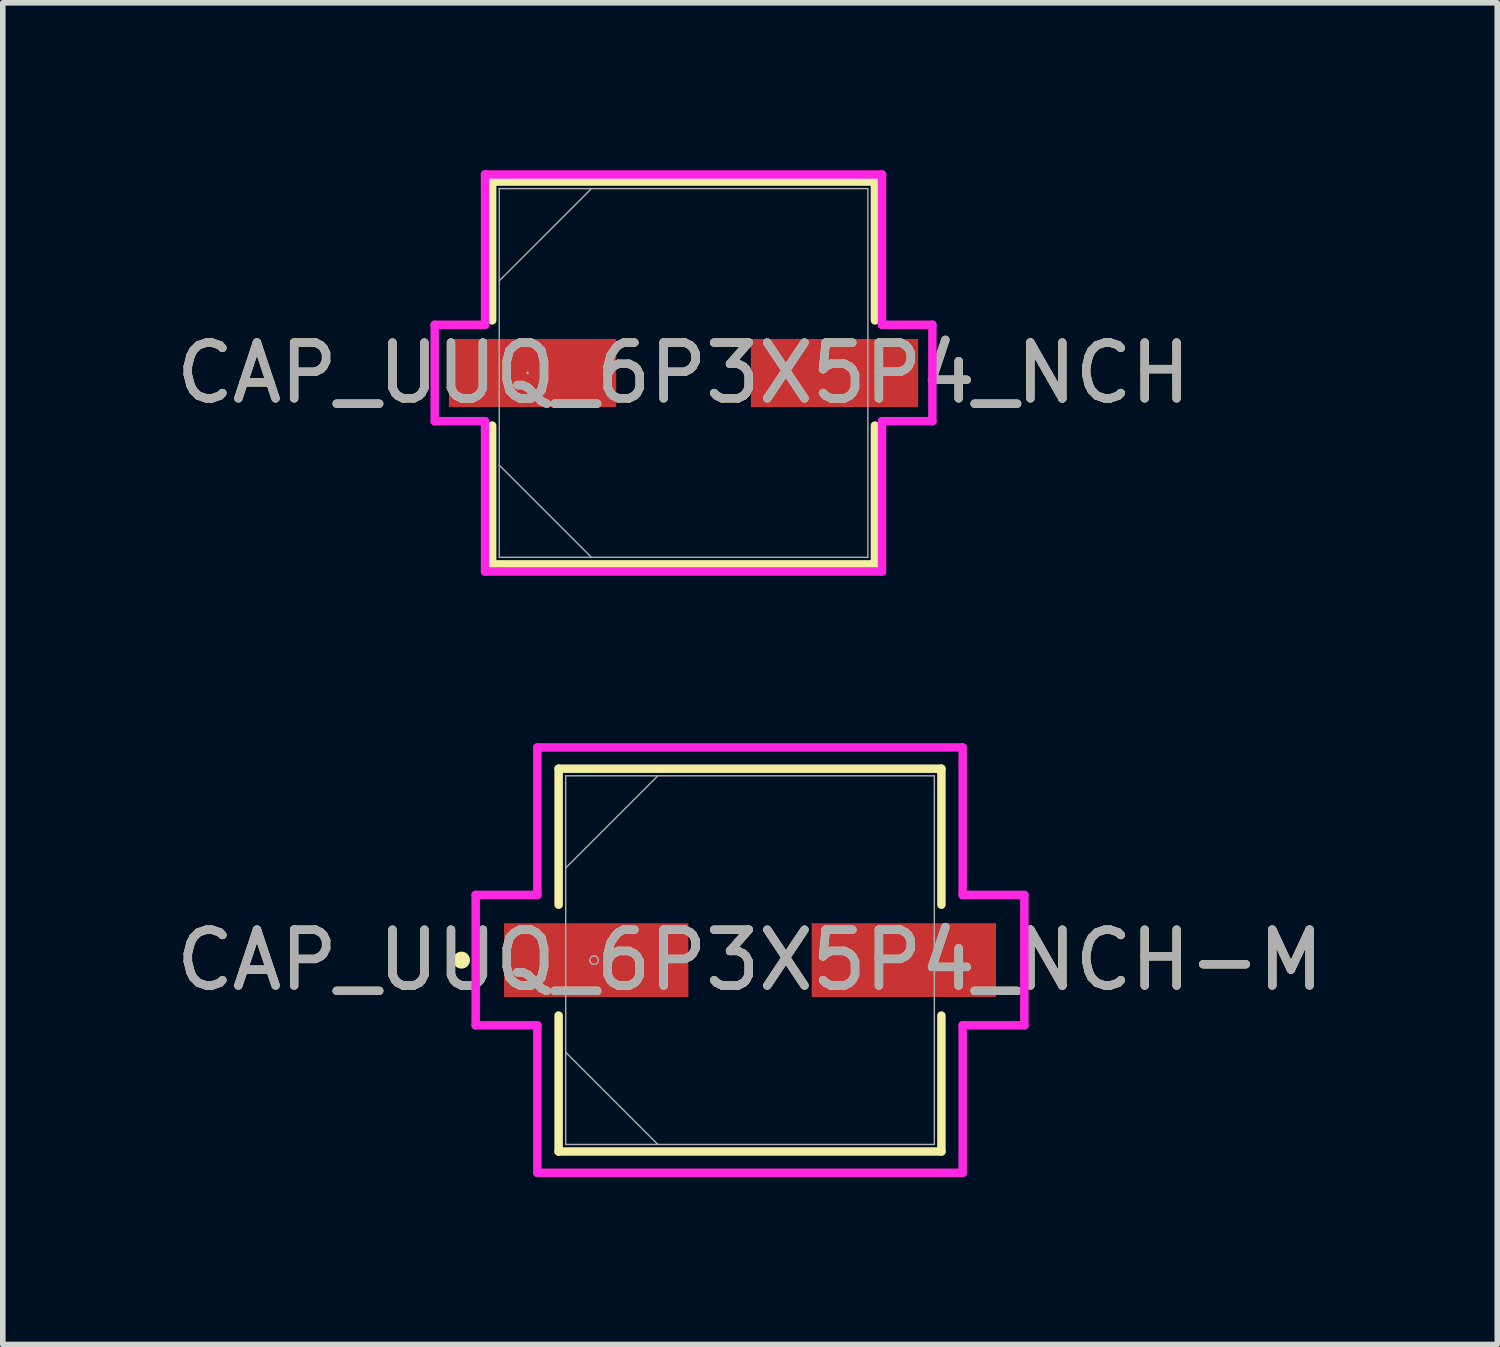
<source format=kicad_pcb>
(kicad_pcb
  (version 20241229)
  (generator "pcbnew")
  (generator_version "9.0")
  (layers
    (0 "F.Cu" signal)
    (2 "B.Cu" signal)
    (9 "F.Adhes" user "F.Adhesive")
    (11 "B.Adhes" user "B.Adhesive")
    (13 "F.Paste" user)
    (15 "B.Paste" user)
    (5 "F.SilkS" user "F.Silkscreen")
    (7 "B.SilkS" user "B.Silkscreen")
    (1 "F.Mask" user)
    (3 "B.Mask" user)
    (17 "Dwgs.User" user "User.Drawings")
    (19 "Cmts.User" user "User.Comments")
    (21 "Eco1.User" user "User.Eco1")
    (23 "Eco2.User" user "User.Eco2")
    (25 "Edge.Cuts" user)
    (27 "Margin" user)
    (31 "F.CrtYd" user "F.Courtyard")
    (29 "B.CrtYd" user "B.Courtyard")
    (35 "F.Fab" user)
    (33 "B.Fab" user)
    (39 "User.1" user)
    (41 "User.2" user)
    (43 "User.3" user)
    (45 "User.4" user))
  (footprint "CAP_UUQ_6P3X5P4_NCH"
    (layer "F.Cu")
    (at 9.196 3.632)
    (property "Reference" "CAP_UUQ_6P3X5P4_NCH" (at 0 0 0) (unlocked yes) (layer "F.SilkS") (effects (font (size 1 1) (thickness 0.15))))
    (attr smd)
    (fp_line (start -3.429 -3.429) (end -3.429 -0.942) (stroke (width 0.152) (type solid)) (layer "F.SilkS"))
    (fp_line (start -3.429 0.942) (end -3.429 3.429) (stroke (width 0.152) (type solid)) (layer "F.SilkS"))
    (fp_line (start -3.429 3.429) (end 3.429 3.429) (stroke (width 0.152) (type solid)) (layer "F.SilkS"))
    (fp_line (start 3.429 -3.429) (end -3.429 -3.429) (stroke (width 0.152) (type solid)) (layer "F.SilkS"))
    (fp_line (start 3.429 -0.942) (end 3.429 -3.429) (stroke (width 0.152) (type solid)) (layer "F.SilkS"))
    (fp_line (start 3.429 3.429) (end 3.429 0.942) (stroke (width 0.152) (type solid)) (layer "F.SilkS"))
    (fp_line (start -4.458 -0.864) (end -3.556 -0.864) (stroke (width 0.152) (type solid)) (layer "F.CrtYd"))
    (fp_line (start -4.458 0.864) (end -4.458 -0.864) (stroke (width 0.152) (type solid)) (layer "F.CrtYd"))
    (fp_line (start -3.556 -3.556) (end 3.556 -3.556) (stroke (width 0.152) (type solid)) (layer "F.CrtYd"))
    (fp_line (start -3.556 -0.864) (end -3.556 -3.556) (stroke (width 0.152) (type solid)) (layer "F.CrtYd"))
    (fp_line (start -3.556 0.864) (end -4.458 0.864) (stroke (width 0.152) (type solid)) (layer "F.CrtYd"))
    (fp_line (start -3.556 3.556) (end -3.556 0.864) (stroke (width 0.152) (type solid)) (layer "F.CrtYd"))
    (fp_line (start 3.556 -3.556) (end 3.556 -0.864) (stroke (width 0.152) (type solid)) (layer "F.CrtYd"))
    (fp_line (start 3.556 -0.864) (end 4.458 -0.864) (stroke (width 0.152) (type solid)) (layer "F.CrtYd"))
    (fp_line (start 3.556 0.864) (end 3.556 3.556) (stroke (width 0.152) (type solid)) (layer "F.CrtYd"))
    (fp_line (start 3.556 3.556) (end -3.556 3.556) (stroke (width 0.152) (type solid)) (layer "F.CrtYd"))
    (fp_line (start 4.458 -0.864) (end 4.458 0.864) (stroke (width 0.152) (type solid)) (layer "F.CrtYd"))
    (fp_line (start 4.458 0.864) (end 3.556 0.864) (stroke (width 0.152) (type solid)) (layer "F.CrtYd"))
    (fp_line (start -3.302 -3.302) (end -3.302 3.302) (stroke (width 0.025) (type solid)) (layer "F.Fab"))
    (fp_line (start -3.302 -1.651) (end -1.651 -3.302) (stroke (width 0.025) (type solid)) (layer "F.Fab"))
    (fp_line (start -3.302 1.651) (end -1.651 3.302) (stroke (width 0.025) (type solid)) (layer "F.Fab"))
    (fp_line (start -3.302 3.302) (end 3.302 3.302) (stroke (width 0.025) (type solid)) (layer "F.Fab"))
    (fp_line (start 3.302 -3.302) (end -3.302 -3.302) (stroke (width 0.025) (type solid)) (layer "F.Fab"))
    (fp_line (start 3.302 3.302) (end 3.302 -3.302) (stroke (width 0.025) (type solid)) (layer "F.Fab"))
    (fp_circle (center -2.794 0) (end -2.794 0) (stroke (width 0.025) (type solid)) (fill no) (layer "F.Fab"))
    (fp_text user "${REFERENCE}" (at 0 0 0) (unlocked yes) (layer "F.Fab") (effects (font (size 1 1) (thickness 0.15))))
    (pad "1" smd rect (at -2.705 0) (size 2.997 1.219) (layers "F.Cu" "F.Mask" "F.Paste"))
    (pad "2" smd rect (at 2.705 0) (size 2.997 1.219) (layers "F.Cu" "F.Mask" "F.Paste"))
    (zone (net_name "") (layer "F.Cu") (hatch full 0.508) (connect_pads) (min_thickness 0.254) (filled_areas_thickness no) (keepout (tracks not_allowed) (vias not_allowed) (pads allowed) (copperpour not_allowed) (footprints allowed)) (placement (enabled no)) (fill) (polygon (pts (xy 5.945 0.381) (xy 12.448 0.381) (xy 12.448 2.972) (xy 5.945 2.972))))
    (zone (net_name "") (layer "F.Cu") (hatch full 0.508) (connect_pads) (min_thickness 0.254) (filled_areas_thickness no) (keepout (tracks not_allowed) (vias not_allowed) (pads allowed) (copperpour not_allowed) (footprints allowed)) (placement (enabled no)) (fill) (polygon (pts (xy 5.945 4.293) (xy 12.448 4.293) (xy 12.448 6.883) (xy 5.945 6.883))))
    (zone (net_name "") (layer "F.Cu") (hatch full 0.508) (connect_pads) (min_thickness 0.254) (filled_areas_thickness no) (keepout (tracks not_allowed) (vias not_allowed) (pads allowed) (copperpour not_allowed) (footprints allowed)) (placement (enabled no)) (fill) (polygon (pts (xy 8.041 2.972) (xy 10.352 2.972) (xy 10.352 4.293) (xy 8.041 4.293)))))
  (footprint "CAP_UUQ_6P3X5P4_NCH-M"
    (layer "F.Cu")
    (at 10.387 14.151)
    (property "Reference" "CAP_UUQ_6P3X5P4_NCH-M" (at 0 0 0) (unlocked yes) (layer "F.SilkS") (effects (font (size 1 1) (thickness 0.15))))
    (attr smd)
    (fp_line (start -3.429 -3.429) (end -3.429 -0.993) (stroke (width 0.152) (type solid)) (layer "F.SilkS"))
    (fp_line (start -3.429 0.993) (end -3.429 3.429) (stroke (width 0.152) (type solid)) (layer "F.SilkS"))
    (fp_line (start -3.429 3.429) (end 3.429 3.429) (stroke (width 0.152) (type solid)) (layer "F.SilkS"))
    (fp_line (start 3.429 -3.429) (end -3.429 -3.429) (stroke (width 0.152) (type solid)) (layer "F.SilkS"))
    (fp_line (start 3.429 -0.993) (end 3.429 -3.429) (stroke (width 0.152) (type solid)) (layer "F.SilkS"))
    (fp_line (start 3.429 3.429) (end 3.429 0.993) (stroke (width 0.152) (type solid)) (layer "F.SilkS"))
    (fp_circle (center -5.169 0) (end -5.093 0) (stroke (width 0.152) (type solid)) (fill no) (layer "F.SilkS"))
    (fp_line (start -4.915 -1.168) (end -3.81 -1.168) (stroke (width 0.152) (type solid)) (layer "F.CrtYd"))
    (fp_line (start -4.915 1.168) (end -4.915 -1.168) (stroke (width 0.152) (type solid)) (layer "F.CrtYd"))
    (fp_line (start -3.81 -3.81) (end 3.81 -3.81) (stroke (width 0.152) (type solid)) (layer "F.CrtYd"))
    (fp_line (start -3.81 -1.168) (end -3.81 -3.81) (stroke (width 0.152) (type solid)) (layer "F.CrtYd"))
    (fp_line (start -3.81 1.168) (end -4.915 1.168) (stroke (width 0.152) (type solid)) (layer "F.CrtYd"))
    (fp_line (start -3.81 3.81) (end -3.81 1.168) (stroke (width 0.152) (type solid)) (layer "F.CrtYd"))
    (fp_line (start 3.81 -3.81) (end 3.81 -1.168) (stroke (width 0.152) (type solid)) (layer "F.CrtYd"))
    (fp_line (start 3.81 -1.168) (end 4.915 -1.168) (stroke (width 0.152) (type solid)) (layer "F.CrtYd"))
    (fp_line (start 3.81 1.168) (end 3.81 3.81) (stroke (width 0.152) (type solid)) (layer "F.CrtYd"))
    (fp_line (start 3.81 3.81) (end -3.81 3.81) (stroke (width 0.152) (type solid)) (layer "F.CrtYd"))
    (fp_line (start 4.915 -1.168) (end 4.915 1.168) (stroke (width 0.152) (type solid)) (layer "F.CrtYd"))
    (fp_line (start 4.915 1.168) (end 3.81 1.168) (stroke (width 0.152) (type solid)) (layer "F.CrtYd"))
    (fp_line (start -3.302 -3.302) (end -3.302 3.302) (stroke (width 0.025) (type solid)) (layer "F.Fab"))
    (fp_line (start -3.302 -1.651) (end -1.651 -3.302) (stroke (width 0.025) (type solid)) (layer "F.Fab"))
    (fp_line (start -3.302 1.651) (end -1.651 3.302) (stroke (width 0.025) (type solid)) (layer "F.Fab"))
    (fp_line (start -3.302 3.302) (end 3.302 3.302) (stroke (width 0.025) (type solid)) (layer "F.Fab"))
    (fp_line (start 3.302 -3.302) (end -3.302 -3.302) (stroke (width 0.025) (type solid)) (layer "F.Fab"))
    (fp_line (start 3.302 3.302) (end 3.302 -3.302) (stroke (width 0.025) (type solid)) (layer "F.Fab"))
    (fp_circle (center -2.794 0) (end -2.718 0) (stroke (width 0.025) (type solid)) (fill no) (layer "F.Fab"))
    (fp_text user "${REFERENCE}" (at 0 0 0) (unlocked yes) (layer "F.Fab") (effects (font (size 1 1) (thickness 0.15))))
    (pad "1" smd rect (at -2.756 0) (size 3.302 1.321) (layers "F.Cu" "F.Mask" "F.Paste"))
    (pad "2" smd rect (at 2.756 0) (size 3.302 1.321) (layers "F.Cu" "F.Mask" "F.Paste"))
    (zone (net_name "") (layer "F.Cu") (hatch full 0.508) (connect_pads) (min_thickness 0.254) (filled_areas_thickness no) (keepout (tracks not_allowed) (vias not_allowed) (pads allowed) (copperpour not_allowed) (footprints allowed)) (placement (enabled no)) (fill) (polygon (pts (xy 7.136 10.899) (xy 13.638 10.899) (xy 13.638 13.439) (xy 7.136 13.439))))
    (zone (net_name "") (layer "F.Cu") (hatch full 0.508) (connect_pads) (min_thickness 0.254) (filled_areas_thickness no) (keepout (tracks not_allowed) (vias not_allowed) (pads allowed) (copperpour not_allowed) (footprints allowed)) (placement (enabled no)) (fill) (polygon (pts (xy 7.136 14.862) (xy 13.638 14.862) (xy 13.638 17.402) (xy 7.136 17.402))))
    (zone (net_name "") (layer "F.Cu") (hatch full 0.508) (connect_pads) (min_thickness 0.254) (filled_areas_thickness no) (keepout (tracks not_allowed) (vias not_allowed) (pads allowed) (copperpour not_allowed) (footprints allowed)) (placement (enabled no)) (fill) (polygon (pts (xy 9.333 13.439) (xy 11.441 13.439) (xy 11.441 14.862) (xy 9.333 14.862)))))
  (gr_rect
    (start -3 -3)
    (end 23.774 21.037)
    (stroke (width 0.1) (type default))
    (fill no)
    (layer "Edge.Cuts")))
</source>
